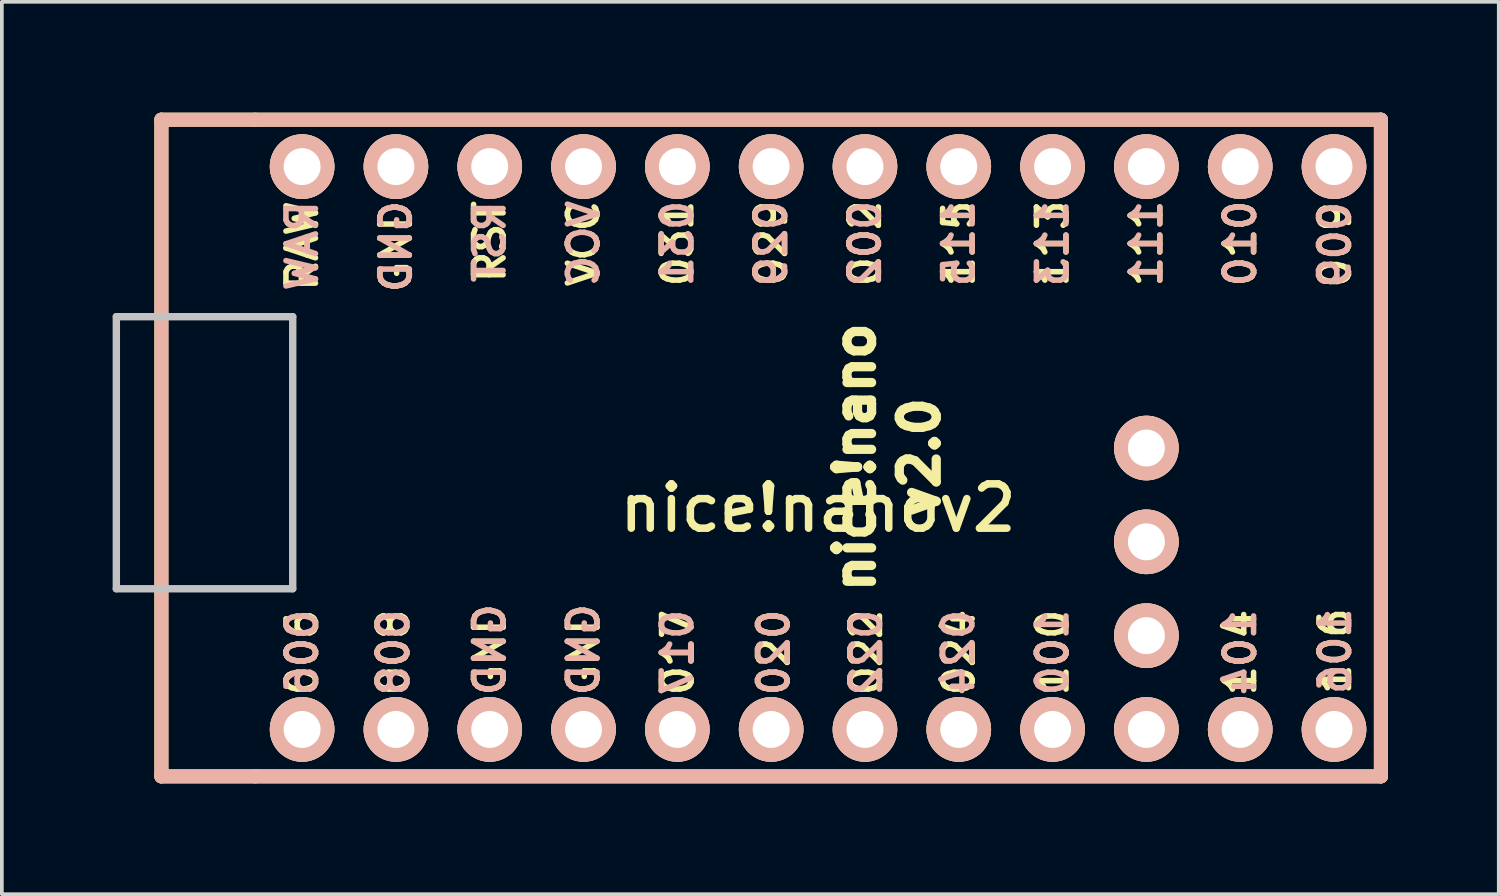
<source format=kicad_pcb>
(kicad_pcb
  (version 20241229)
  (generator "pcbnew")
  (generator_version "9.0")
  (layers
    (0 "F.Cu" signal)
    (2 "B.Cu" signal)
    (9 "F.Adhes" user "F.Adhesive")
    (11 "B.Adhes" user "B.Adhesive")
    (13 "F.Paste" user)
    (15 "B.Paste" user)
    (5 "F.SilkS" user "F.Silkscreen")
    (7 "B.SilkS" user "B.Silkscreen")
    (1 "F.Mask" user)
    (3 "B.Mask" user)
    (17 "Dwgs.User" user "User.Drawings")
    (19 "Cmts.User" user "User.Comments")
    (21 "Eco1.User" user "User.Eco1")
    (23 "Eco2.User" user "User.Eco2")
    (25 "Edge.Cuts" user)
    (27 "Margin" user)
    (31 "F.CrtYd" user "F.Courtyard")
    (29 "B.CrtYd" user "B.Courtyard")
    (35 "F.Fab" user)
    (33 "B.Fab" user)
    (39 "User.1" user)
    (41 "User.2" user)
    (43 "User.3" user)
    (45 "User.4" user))
  (footprint "nice!nanov2"
    (layer "F.Cu")
    (at 19.1 9.081)
    (property "Reference" "nice!nanov2" (at 0 1.625 0) (layer "F.SilkS") (effects (font (size 1.2 1.2) (thickness 0.203))))
    (attr through_hole)
    (fp_line (start -17.78 -8.89) (end -17.78 8.89) (stroke (width 0.381) (type solid)) (layer "F.SilkS"))
    (fp_line (start -17.78 8.89) (end -15.24 8.89) (stroke (width 0.381) (type solid)) (layer "F.SilkS"))
    (fp_line (start -15.24 -8.89) (end -17.78 -8.89) (stroke (width 0.381) (type solid)) (layer "F.SilkS"))
    (fp_line (start -15.24 8.89) (end 15.24 8.89) (stroke (width 0.381) (type solid)) (layer "F.SilkS"))
    (fp_line (start 15.24 -8.89) (end -15.24 -8.89) (stroke (width 0.381) (type solid)) (layer "F.SilkS"))
    (fp_line (start 15.24 8.89) (end 15.24 -8.89) (stroke (width 0.381) (type solid)) (layer "F.SilkS"))
    (fp_line (start -17.78 -8.89) (end -17.78 8.89) (stroke (width 0.381) (type solid)) (layer "B.SilkS"))
    (fp_line (start -17.78 8.89) (end 15.24 8.89) (stroke (width 0.381) (type solid)) (layer "B.SilkS"))
    (fp_line (start 15.24 -8.89) (end -17.78 -8.89) (stroke (width 0.381) (type solid)) (layer "B.SilkS"))
    (fp_line (start 15.24 8.89) (end 15.24 -8.89) (stroke (width 0.381) (type solid)) (layer "B.SilkS"))
    (fp_line (start -19 -3.556) (end -14.224 -3.556) (stroke (width 0.2) (type solid)) (layer "Dwgs.User"))
    (fp_line (start -19 3.81) (end -19 -3.556) (stroke (width 0.2) (type solid)) (layer "Dwgs.User"))
    (fp_line (start -14.224 -3.556) (end -14.224 3.81) (stroke (width 0.2) (type solid)) (layer "Dwgs.User"))
    (fp_line (start -14.224 3.81) (end -19 3.81) (stroke (width 0.2) (type solid)) (layer "Dwgs.User"))
    (fp_text user "GND" (at -8.89 5.461 90) (layer "F.SilkS") (effects (font (size 0.8 0.8) (thickness 0.15))))
    (fp_text user "104" (at 11.43 5.537 90) (layer "F.SilkS") (effects (font (size 0.8 0.8) (thickness 0.15))))
    (fp_text user "024" (at 3.81 5.537 90) (layer "F.SilkS") (effects (font (size 0.8 0.8) (thickness 0.15))))
    (fp_text user "113" (at 6.35 -5.537 90) (layer "F.SilkS") (effects (font (size 0.8 0.8) (thickness 0.15))))
    (fp_text user "009" (at 14 -5.5 90) (layer "F.SilkS") (effects (font (size 0.8 0.8) (thickness 0.15))))
    (fp_text user "022" (at 1.3 5.537 90) (layer "F.SilkS") (effects (font (size 0.8 0.8) (thickness 0.15))))
    (fp_text user "GND" (at -11.43 -5.455 90) (layer "F.SilkS") (effects (font (size 0.8 0.8) (thickness 0.15))))
    (fp_text user "008" (at -11.5 5.537 90) (layer "F.SilkS") (effects (font (size 0.8 0.8) (thickness 0.15))))
    (fp_text user "006" (at -13.97 5.537 90) (layer "F.SilkS") (effects (font (size 0.8 0.8) (thickness 0.15))))
    (fp_text user "RAW" (at -13.97 -5.474 90) (layer "F.SilkS") (effects (font (size 0.8 0.8) (thickness 0.15))))
    (fp_text user "nice!nano" (at 1 0.25 90) (layer "F.SilkS") (effects (font (size 1 1) (thickness 0.25))))
    (fp_text user "002" (at 1.27 -5.537 90) (layer "F.SilkS") (effects (font (size 0.8 0.8) (thickness 0.15))))
    (fp_text user "010" (at 11.43 -5.537 90) (layer "F.SilkS") (effects (font (size 0.8 0.8) (thickness 0.15))))
    (fp_text user "017" (at -3.8 5.537 90) (layer "F.SilkS") (effects (font (size 0.8 0.8) (thickness 0.15))))
    (fp_text user "031" (at -3.81 -5.537 90) (layer "F.SilkS") (effects (font (size 0.8 0.8) (thickness 0.15))))
    (fp_text user "106" (at 14 5.5 90) (layer "F.SilkS") (effects (font (size 0.8 0.8) (thickness 0.15))))
    (fp_text user "111" (at 8.89 -5.537 90) (layer "F.SilkS") (effects (font (size 0.8 0.8) (thickness 0.15))))
    (fp_text user "RST" (at -8.89 -5.588 90) (layer "F.SilkS") (effects (font (size 0.8 0.8) (thickness 0.15))))
    (fp_text user "v2.0" (at 2.75 0.25 90) (layer "F.SilkS") (effects (font (size 1 1) (thickness 0.25))))
    (fp_text user "029" (at -1.27 -5.537 90) (layer "F.SilkS") (effects (font (size 0.8 0.8) (thickness 0.15))))
    (fp_text user "VCC" (at -6.35 -5.537 90) (layer "F.SilkS") (effects (font (size 0.8 0.8) (thickness 0.15))))
    (fp_text user "100" (at 6.35 5.537 90) (layer "F.SilkS") (effects (font (size 0.8 0.8) (thickness 0.15))))
    (fp_text user "GND" (at -6.35 5.461 90) (layer "F.SilkS") (effects (font (size 0.8 0.8) (thickness 0.15))))
    (fp_text user "115" (at 3.81 -5.537 90) (layer "F.SilkS") (effects (font (size 0.8 0.8) (thickness 0.15))))
    (fp_text user "020" (at -1.2 5.537 90) (layer "F.SilkS") (effects (font (size 0.8 0.8) (thickness 0.15))))
    (fp_text user "031" (at -3.81 -5.537 90) (layer "B.SilkS") (effects (font (size 0.8 0.8) (thickness 0.15)) (justify mirror)))
    (fp_text user "002" (at 1.27 -5.537 90) (layer "B.SilkS") (effects (font (size 0.8 0.8) (thickness 0.15)) (justify mirror)))
    (fp_text user "100" (at 6.35 5.537 90) (layer "B.SilkS") (effects (font (size 0.8 0.8) (thickness 0.15)) (justify mirror)))
    (fp_text user "017" (at -3.81 5.537 90) (layer "B.SilkS") (effects (font (size 0.8 0.8) (thickness 0.15)) (justify mirror)))
    (fp_text user "VCC" (at -6.35 -5.537 90) (layer "B.SilkS") (effects (font (size 0.8 0.8) (thickness 0.15)) (justify mirror)))
    (fp_text user "022" (at 1.3 5.537 90) (layer "B.SilkS") (effects (font (size 0.8 0.8) (thickness 0.15)) (justify mirror)))
    (fp_text user "010" (at 11.43 -5.537 90) (layer "B.SilkS") (effects (font (size 0.8 0.8) (thickness 0.15)) (justify mirror)))
    (fp_text user "GND" (at -11.43 -5.455 90) (layer "B.SilkS") (effects (font (size 0.8 0.8) (thickness 0.15)) (justify mirror)))
    (fp_text user "GND" (at -8.89 5.461 90) (layer "B.SilkS") (effects (font (size 0.8 0.8) (thickness 0.15)) (justify mirror)))
    (fp_text user "104" (at 11.43 5.537 90) (layer "B.SilkS") (effects (font (size 0.8 0.8) (thickness 0.15)) (justify mirror)))
    (fp_text user "GND" (at -6.35 5.461 90) (layer "B.SilkS") (effects (font (size 0.8 0.8) (thickness 0.15)) (justify mirror)))
    (fp_text user "006" (at -13.97 5.537 90) (layer "B.SilkS") (effects (font (size 0.8 0.8) (thickness 0.15)) (justify mirror)))
    (fp_text user "111" (at 8.89 -5.537 90) (layer "B.SilkS") (effects (font (size 0.8 0.8) (thickness 0.15)) (justify mirror)))
    (fp_text user "008" (at -11.5 5.537 90) (layer "B.SilkS") (effects (font (size 0.8 0.8) (thickness 0.15)) (justify mirror)))
    (fp_text user "RAW" (at -13.97 -5.474 90) (layer "B.SilkS") (effects (font (size 0.8 0.8) (thickness 0.15)) (justify mirror)))
    (fp_text user "009" (at 13.988 -5.506 270) (layer "B.SilkS") (effects (font (size 0.8 0.8) (thickness 0.15)) (justify mirror)))
    (fp_text user "RST" (at -8.89 -5.588 90) (layer "B.SilkS") (effects (font (size 0.8 0.8) (thickness 0.15)) (justify mirror)))
    (fp_text user "115" (at 3.81 -5.537 90) (layer "B.SilkS") (effects (font (size 0.8 0.8) (thickness 0.15)) (justify mirror)))
    (fp_text user "029" (at -1.27 -5.537 90) (layer "B.SilkS") (effects (font (size 0.8 0.8) (thickness 0.15)) (justify mirror)))
    (fp_text user "113" (at 6.35 -5.537 90) (layer "B.SilkS") (effects (font (size 0.8 0.8) (thickness 0.15)) (justify mirror)))
    (fp_text user "020" (at -1.2 5.537 90) (layer "B.SilkS") (effects (font (size 0.8 0.8) (thickness 0.15)) (justify mirror)))
    (fp_text user "024" (at 3.8 5.537 90) (layer "B.SilkS") (effects (font (size 0.8 0.8) (thickness 0.15)) (justify mirror)))
    (fp_text user "106" (at 14 5.5 270) (layer "B.SilkS") (effects (font (size 0.8 0.8) (thickness 0.15)) (justify mirror)))
    (pad "2" thru_hole circle (at -13.97 7.62) (size 1.75 1.75) (drill 1) (layers "*.Cu" "*.SilkS" "*.Mask"))
    (pad "3" thru_hole circle (at -11.43 7.62) (size 1.75 1.75) (drill 1) (layers "*.Cu" "*.SilkS" "*.Mask"))
    (pad "4" thru_hole circle (at -8.89 7.62) (size 1.75 1.75) (drill 1) (layers "*.Cu" "*.SilkS" "*.Mask"))
    (pad "5" thru_hole circle (at -6.35 7.62) (size 1.75 1.75) (drill 1) (layers "*.Cu" "*.SilkS" "*.Mask"))
    (pad "6" thru_hole circle (at -3.81 7.62) (size 1.75 1.75) (drill 1) (layers "*.Cu" "*.SilkS" "*.Mask"))
    (pad "7" thru_hole circle (at -1.27 7.62) (size 1.75 1.75) (drill 1) (layers "*.Cu" "*.SilkS" "*.Mask"))
    (pad "8" thru_hole circle (at 1.27 7.62) (size 1.75 1.75) (drill 1) (layers "*.Cu" "*.SilkS" "*.Mask"))
    (pad "9" thru_hole circle (at 3.81 7.62) (size 1.75 1.75) (drill 1) (layers "*.Cu" "*.SilkS" "*.Mask"))
    (pad "10" thru_hole circle (at 6.35 7.62) (size 1.75 1.75) (drill 1) (layers "*.Cu" "*.SilkS" "*.Mask"))
    (pad "11" thru_hole circle (at 8.89 7.62) (size 1.75 1.75) (drill 1) (layers "*.Cu" "*.SilkS" "*.Mask"))
    (pad "12" thru_hole circle (at 11.43 7.62) (size 1.75 1.75) (drill 1) (layers "*.Cu" "*.SilkS" "*.Mask"))
    (pad "13" thru_hole circle (at 13.97 7.62) (size 1.75 1.75) (drill 1) (layers "*.Cu" "*.SilkS" "*.Mask"))
    (pad "15" thru_hole circle (at -13.97 -7.62) (size 1.75 1.75) (drill 1) (layers "*.Cu" "*.SilkS" "*.Mask"))
    (pad "16" thru_hole circle (at -11.43 -7.62) (size 1.75 1.75) (drill 1) (layers "*.Cu" "*.SilkS" "*.Mask"))
    (pad "17" thru_hole circle (at -8.89 -7.62) (size 1.75 1.75) (drill 1) (layers "*.Cu" "*.SilkS" "*.Mask"))
    (pad "18" thru_hole circle (at -6.35 -7.62) (size 1.75 1.75) (drill 1) (layers "*.Cu" "*.SilkS" "*.Mask"))
    (pad "19" thru_hole circle (at -3.81 -7.62) (size 1.75 1.75) (drill 1) (layers "*.Cu" "*.SilkS" "*.Mask"))
    (pad "20" thru_hole circle (at -1.27 -7.62) (size 1.75 1.75) (drill 1) (layers "*.Cu" "*.SilkS" "*.Mask"))
    (pad "21" thru_hole circle (at 1.27 -7.62) (size 1.75 1.75) (drill 1) (layers "*.Cu" "*.SilkS" "*.Mask"))
    (pad "22" thru_hole circle (at 3.81 -7.62) (size 1.75 1.75) (drill 1) (layers "*.Cu" "*.SilkS" "*.Mask"))
    (pad "23" thru_hole circle (at 6.35 -7.62) (size 1.75 1.75) (drill 1) (layers "*.Cu" "*.SilkS" "*.Mask"))
    (pad "24" thru_hole circle (at 8.89 -7.62) (size 1.75 1.75) (drill 1) (layers "*.Cu" "*.SilkS" "*.Mask"))
    (pad "25" thru_hole circle (at 11.43 -7.62) (size 1.75 1.75) (drill 1) (layers "*.Cu" "*.SilkS" "*.Mask"))
    (pad "26" thru_hole circle (at 13.97 -7.62) (size 1.75 1.75) (drill 1) (layers "*.Cu" "*.SilkS" "*.Mask"))
    (pad "27" thru_hole circle (at 8.89 5.08) (size 1.75 1.75) (drill 1) (layers "*.Cu" "*.SilkS" "*.Mask"))
    (pad "28" thru_hole circle (at 8.89 2.54) (size 1.75 1.75) (drill 1) (layers "*.Cu" "*.SilkS" "*.Mask"))
    (pad "29" thru_hole circle (at 8.89 0) (size 1.75 1.75) (drill 1) (layers "*.Cu" "*.SilkS" "*.Mask")))
  (gr_rect
    (start -3 -3)
    (end 37.531 21.161)
    (stroke (width 0.1) (type default))
    (fill no)
    (layer "Edge.Cuts")))
</source>
